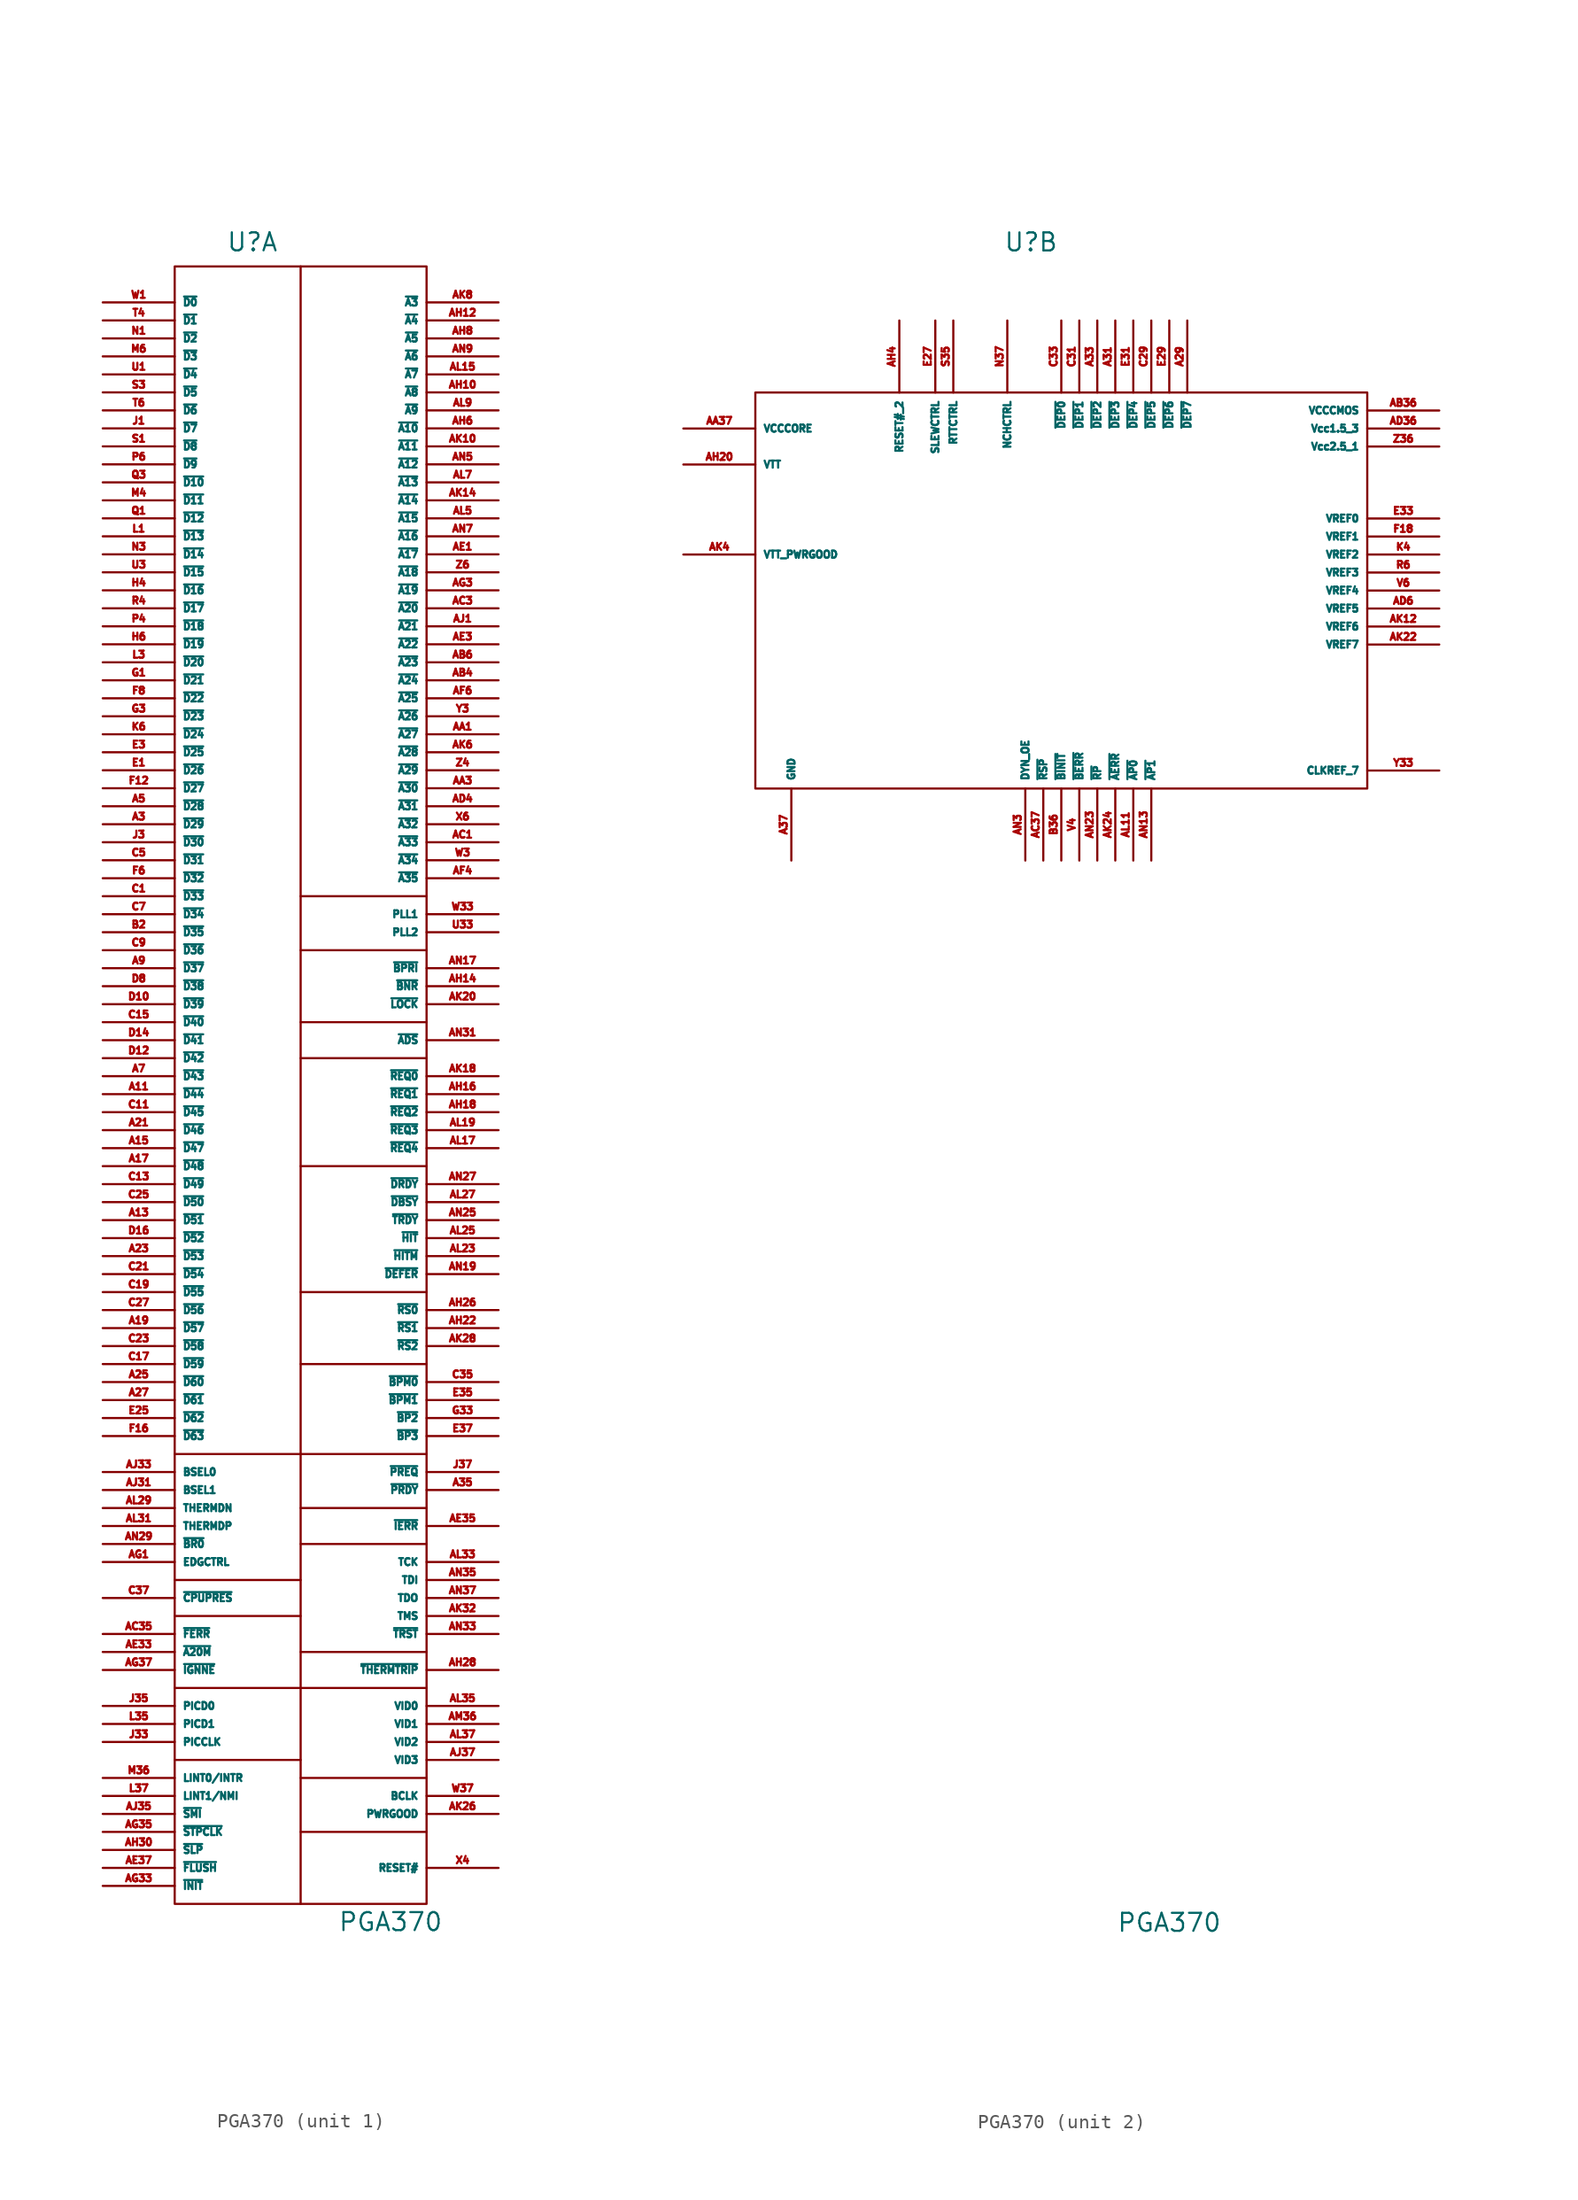
<source format=kicad_sym>
(kicad_symbol_lib
  (version 20220914)
  (generator kicad_symbol_editor)
  (symbol "PGA370"
    (property "Reference" "U"
      (at -3.407 65.217 0)
      (effects (font (size 1.27 1.27))))
    (property "Value" "PGA370"
      (at 6.35 -53.34 0)
      (effects (font (size 1.27 1.27))))
    (property "ki_locked" ""
      (at 0 0 0)
      (effects (font (size 1.27 1.27))))
    (symbol "PGA370_1_0"
      (pin bidirectional line (at -13.97 5.08 0) (length 5.08) (name "~{D44}" (effects (font (size 0.5 0.5)))) (number "A11" (effects (font (size 0.5 0.5)))))
      (pin bidirectional line (at -13.97 -3.81 0) (length 5.08) (name "~{D51}" (effects (font (size 0.5 0.5)))) (number "A13" (effects (font (size 0.5 0.5)))))
      (pin bidirectional line (at -13.97 1.27 0) (length 5.08) (name "~{D47}" (effects (font (size 0.5 0.5)))) (number "A15" (effects (font (size 0.5 0.5)))))
      (pin bidirectional line (at -13.97 0 0) (length 5.08) (name "~{D48}" (effects (font (size 0.5 0.5)))) (number "A17" (effects (font (size 0.5 0.5)))))
      (pin bidirectional line (at -13.97 -11.43 0) (length 5.08) (name "~{D57}" (effects (font (size 0.5 0.5)))) (number "A19" (effects (font (size 0.5 0.5)))))
      (pin bidirectional line (at -13.97 2.54 0) (length 5.08) (name "~{D46}" (effects (font (size 0.5 0.5)))) (number "A21" (effects (font (size 0.5 0.5)))))
      (pin bidirectional line (at -13.97 -6.35 0) (length 5.08) (name "~{D53}" (effects (font (size 0.5 0.5)))) (number "A23" (effects (font (size 0.5 0.5)))))
      (pin bidirectional line (at -13.97 -15.24 0) (length 5.08) (name "~{D60}" (effects (font (size 0.5 0.5)))) (number "A25" (effects (font (size 0.5 0.5)))))
      (pin bidirectional line (at -13.97 -16.51 0) (length 5.08) (name "~{D61}" (effects (font (size 0.5 0.5)))) (number "A27" (effects (font (size 0.5 0.5)))))
      (pin bidirectional line (at -13.97 24.13 0) (length 5.08) (name "~{D29}" (effects (font (size 0.5 0.5)))) (number "A3" (effects (font (size 0.5 0.5)))))
      (pin output line (at 13.97 -22.86 180) (length 5.08) (name "~{PRDY}" (effects (font (size 0.5 0.5)))) (number "A35" (effects (font (size 0.5 0.5)))))
      (pin bidirectional line (at -13.97 25.4 0) (length 5.08) (name "~{D28}" (effects (font (size 0.5 0.5)))) (number "A5" (effects (font (size 0.5 0.5)))))
      (pin bidirectional line (at -13.97 6.35 0) (length 5.08) (name "~{D43}" (effects (font (size 0.5 0.5)))) (number "A7" (effects (font (size 0.5 0.5)))))
      (pin bidirectional line (at -13.97 13.97 0) (length 5.08) (name "~{D37}" (effects (font (size 0.5 0.5)))) (number "A9" (effects (font (size 0.5 0.5)))))
      (pin bidirectional line (at 13.97 30.48 180) (length 5.08) (name "~{A27}" (effects (font (size 0.5 0.5)))) (number "AA1" (effects (font (size 0.5 0.5)))))
      (pin bidirectional line (at 13.97 26.67 180) (length 5.08) (name "~{A30}" (effects (font (size 0.5 0.5)))) (number "AA3" (effects (font (size 0.5 0.5)))))
      (pin bidirectional line (at 13.97 34.29 180) (length 5.08) (name "~{A24}" (effects (font (size 0.5 0.5)))) (number "AB4" (effects (font (size 0.5 0.5)))))
      (pin bidirectional line (at 13.97 35.56 180) (length 5.08) (name "~{A23}" (effects (font (size 0.5 0.5)))) (number "AB6" (effects (font (size 0.5 0.5)))))
      (pin bidirectional line (at 13.97 22.86 180) (length 5.08) (name "~{A33}" (effects (font (size 0.5 0.5)))) (number "AC1" (effects (font (size 0.5 0.5)))))
      (pin bidirectional line (at 13.97 39.37 180) (length 5.08) (name "~{A20}" (effects (font (size 0.5 0.5)))) (number "AC3" (effects (font (size 0.5 0.5)))))
      (pin output line (at -13.97 -33.02 0) (length 5.08) (name "~{FERR}" (effects (font (size 0.5 0.5)))) (number "AC35" (effects (font (size 0.5 0.5)))))
      (pin bidirectional line (at 13.97 25.4 180) (length 5.08) (name "~{A31}" (effects (font (size 0.5 0.5)))) (number "AD4" (effects (font (size 0.5 0.5)))))
      (pin bidirectional line (at 13.97 43.18 180) (length 5.08) (name "~{A17}" (effects (font (size 0.5 0.5)))) (number "AE1" (effects (font (size 0.5 0.5)))))
      (pin bidirectional line (at 13.97 36.83 180) (length 5.08) (name "~{A22}" (effects (font (size 0.5 0.5)))) (number "AE3" (effects (font (size 0.5 0.5)))))
      (pin unspecified line (at -13.97 -34.29 0) (length 5.08) (name "~{A20M}" (effects (font (size 0.5 0.5)))) (number "AE33" (effects (font (size 0.5 0.5)))))
      (pin output line (at 13.97 -25.4 180) (length 5.08) (name "~{IERR}" (effects (font (size 0.5 0.5)))) (number "AE35" (effects (font (size 0.5 0.5)))))
      (pin unspecified line (at -13.97 -49.53 0) (length 5.08) (name "~{FLUSH}" (effects (font (size 0.5 0.5)))) (number "AE37" (effects (font (size 0.5 0.5)))))
      (pin bidirectional line (at 13.97 20.32 180) (length 5.08) (name "~{A35}" (effects (font (size 0.5 0.5)))) (number "AF4" (effects (font (size 0.5 0.5)))))
      (pin bidirectional line (at 13.97 33.02 180) (length 5.08) (name "~{A25}" (effects (font (size 0.5 0.5)))) (number "AF6" (effects (font (size 0.5 0.5)))))
      (pin input line (at -13.97 -27.94 0) (length 5.08) (name "EDGCTRL" (effects (font (size 0.5 0.5)))) (number "AG1" (effects (font (size 0.5 0.5)))))
      (pin bidirectional line (at 13.97 40.64 180) (length 5.08) (name "~{A19}" (effects (font (size 0.5 0.5)))) (number "AG3" (effects (font (size 0.5 0.5)))))
      (pin unspecified line (at -13.97 -50.8 0) (length 5.08) (name "~{INIT}" (effects (font (size 0.5 0.5)))) (number "AG33" (effects (font (size 0.5 0.5)))))
      (pin unspecified line (at -13.97 -46.99 0) (length 5.08) (name "~{STPCLK}" (effects (font (size 0.5 0.5)))) (number "AG35" (effects (font (size 0.5 0.5)))))
      (pin unspecified line (at -13.97 -35.56 0) (length 5.08) (name "~{IGNNE}" (effects (font (size 0.5 0.5)))) (number "AG37" (effects (font (size 0.5 0.5)))))
      (pin bidirectional line (at 13.97 54.61 180) (length 5.08) (name "~{A8}" (effects (font (size 0.5 0.5)))) (number "AH10" (effects (font (size 0.5 0.5)))))
      (pin bidirectional line (at 13.97 59.69 180) (length 5.08) (name "~{A4}" (effects (font (size 0.5 0.5)))) (number "AH12" (effects (font (size 0.5 0.5)))))
      (pin bidirectional line (at 13.97 12.7 180) (length 5.08) (name "~{BNR}" (effects (font (size 0.5 0.5)))) (number "AH14" (effects (font (size 0.5 0.5)))))
      (pin bidirectional line (at 13.97 5.08 180) (length 5.08) (name "~{REQ1}" (effects (font (size 0.5 0.5)))) (number "AH16" (effects (font (size 0.5 0.5)))))
      (pin bidirectional line (at 13.97 3.81 180) (length 5.08) (name "~{REQ2}" (effects (font (size 0.5 0.5)))) (number "AH18" (effects (font (size 0.5 0.5)))))
      (pin unspecified line (at 13.97 -11.43 180) (length 5.08) (name "~{RS1}" (effects (font (size 0.5 0.5)))) (number "AH22" (effects (font (size 0.5 0.5)))))
      (pin unspecified line (at 13.97 -10.16 180) (length 5.08) (name "~{RS0}" (effects (font (size 0.5 0.5)))) (number "AH26" (effects (font (size 0.5 0.5)))))
      (pin output line (at 13.97 -35.56 180) (length 5.08) (name "~{THERMTRIP}" (effects (font (size 0.5 0.5)))) (number "AH28" (effects (font (size 0.5 0.5)))))
      (pin unspecified line (at -13.97 -48.26 0) (length 5.08) (name "~{SLP}" (effects (font (size 0.5 0.5)))) (number "AH30" (effects (font (size 0.5 0.5)))))
      (pin bidirectional line (at 13.97 52.07 180) (length 5.08) (name "~{A10}" (effects (font (size 0.5 0.5)))) (number "AH6" (effects (font (size 0.5 0.5)))))
      (pin bidirectional line (at 13.97 58.42 180) (length 5.08) (name "~{A5}" (effects (font (size 0.5 0.5)))) (number "AH8" (effects (font (size 0.5 0.5)))))
      (pin bidirectional line (at 13.97 38.1 180) (length 5.08) (name "~{A21}" (effects (font (size 0.5 0.5)))) (number "AJ1" (effects (font (size 0.5 0.5)))))
      (pin unspecified line (at -13.97 -22.86 0) (length 5.08) (name "BSEL1" (effects (font (size 0.5 0.5)))) (number "AJ31" (effects (font (size 0.5 0.5)))))
      (pin unspecified line (at -13.97 -21.59 0) (length 5.08) (name "BSEL0" (effects (font (size 0.5 0.5)))) (number "AJ33" (effects (font (size 0.5 0.5)))))
      (pin unspecified line (at -13.97 -45.72 0) (length 5.08) (name "~{SMI}" (effects (font (size 0.5 0.5)))) (number "AJ35" (effects (font (size 0.5 0.5)))))
      (pin power_in line (at 13.97 -41.91 180) (length 5.08) (name "VID3" (effects (font (size 0.5 0.5)))) (number "AJ37" (effects (font (size 0.5 0.5)))))
      (pin bidirectional line (at 13.97 50.8 180) (length 5.08) (name "~{A11}" (effects (font (size 0.5 0.5)))) (number "AK10" (effects (font (size 0.5 0.5)))))
      (pin bidirectional line (at 13.97 46.99 180) (length 5.08) (name "~{A14}" (effects (font (size 0.5 0.5)))) (number "AK14" (effects (font (size 0.5 0.5)))))
      (pin bidirectional line (at 13.97 6.35 180) (length 5.08) (name "~{REQ0}" (effects (font (size 0.5 0.5)))) (number "AK18" (effects (font (size 0.5 0.5)))))
      (pin bidirectional line (at 13.97 11.43 180) (length 5.08) (name "~{LOCK}" (effects (font (size 0.5 0.5)))) (number "AK20" (effects (font (size 0.5 0.5)))))
      (pin unspecified line (at 13.97 -45.72 180) (length 5.08) (name "PWRGOOD" (effects (font (size 0.5 0.5)))) (number "AK26" (effects (font (size 0.5 0.5)))))
      (pin unspecified line (at 13.97 -12.7 180) (length 5.08) (name "~{RS2}" (effects (font (size 0.5 0.5)))) (number "AK28" (effects (font (size 0.5 0.5)))))
      (pin input line (at 13.97 -31.75 180) (length 5.08) (name "TMS" (effects (font (size 0.5 0.5)))) (number "AK32" (effects (font (size 0.5 0.5)))))
      (pin bidirectional line (at 13.97 29.21 180) (length 5.08) (name "~{A28}" (effects (font (size 0.5 0.5)))) (number "AK6" (effects (font (size 0.5 0.5)))))
      (pin bidirectional line (at 13.97 60.96 180) (length 5.08) (name "~{A3}" (effects (font (size 0.5 0.5)))) (number "AK8" (effects (font (size 0.5 0.5)))))
      (pin bidirectional line (at 13.97 55.88 180) (length 5.08) (name "~{A7}" (effects (font (size 0.5 0.5)))) (number "AL15" (effects (font (size 0.5 0.5)))))
      (pin bidirectional line (at 13.97 1.27 180) (length 5.08) (name "~{REQ4}" (effects (font (size 0.5 0.5)))) (number "AL17" (effects (font (size 0.5 0.5)))))
      (pin bidirectional line (at 13.97 2.54 180) (length 5.08) (name "~{REQ3}" (effects (font (size 0.5 0.5)))) (number "AL19" (effects (font (size 0.5 0.5)))))
      (pin bidirectional line (at 13.97 -6.35 180) (length 5.08) (name "~{HITM}" (effects (font (size 0.5 0.5)))) (number "AL23" (effects (font (size 0.5 0.5)))))
      (pin bidirectional line (at 13.97 -5.08 180) (length 5.08) (name "~{HIT}" (effects (font (size 0.5 0.5)))) (number "AL25" (effects (font (size 0.5 0.5)))))
      (pin bidirectional line (at 13.97 -2.54 180) (length 5.08) (name "~{DBSY}" (effects (font (size 0.5 0.5)))) (number "AL27" (effects (font (size 0.5 0.5)))))
      (pin unspecified line (at -13.97 -24.13 0) (length 5.08) (name "THERMDN" (effects (font (size 0.5 0.5)))) (number "AL29" (effects (font (size 0.5 0.5)))))
      (pin unspecified line (at -13.97 -25.4 0) (length 5.08) (name "THERMDP" (effects (font (size 0.5 0.5)))) (number "AL31" (effects (font (size 0.5 0.5)))))
      (pin input line (at 13.97 -27.94 180) (length 5.08) (name "TCK" (effects (font (size 0.5 0.5)))) (number "AL33" (effects (font (size 0.5 0.5)))))
      (pin power_in line (at 13.97 -38.1 180) (length 5.08) (name "VID0" (effects (font (size 0.5 0.5)))) (number "AL35" (effects (font (size 0.5 0.5)))))
      (pin power_in line (at 13.97 -40.64 180) (length 5.08) (name "VID2" (effects (font (size 0.5 0.5)))) (number "AL37" (effects (font (size 0.5 0.5)))))
      (pin bidirectional line (at 13.97 45.72 180) (length 5.08) (name "~{A15}" (effects (font (size 0.5 0.5)))) (number "AL5" (effects (font (size 0.5 0.5)))))
      (pin bidirectional line (at 13.97 48.26 180) (length 5.08) (name "~{A13}" (effects (font (size 0.5 0.5)))) (number "AL7" (effects (font (size 0.5 0.5)))))
      (pin bidirectional line (at 13.97 53.34 180) (length 5.08) (name "~{A9}" (effects (font (size 0.5 0.5)))) (number "AL9" (effects (font (size 0.5 0.5)))))
      (pin power_in line (at 13.97 -39.37 180) (length 5.08) (name "VID1" (effects (font (size 0.5 0.5)))) (number "AM36" (effects (font (size 0.5 0.5)))))
      (pin unspecified line (at 13.97 13.97 180) (length 5.08) (name "~{BPRI}" (effects (font (size 0.5 0.5)))) (number "AN17" (effects (font (size 0.5 0.5)))))
      (pin unspecified line (at 13.97 -7.62 180) (length 5.08) (name "~{DEFER}" (effects (font (size 0.5 0.5)))) (number "AN19" (effects (font (size 0.5 0.5)))))
      (pin unspecified line (at 13.97 -3.81 180) (length 5.08) (name "~{TRDY}" (effects (font (size 0.5 0.5)))) (number "AN25" (effects (font (size 0.5 0.5)))))
      (pin bidirectional line (at 13.97 -1.27 180) (length 5.08) (name "~{DRDY}" (effects (font (size 0.5 0.5)))) (number "AN27" (effects (font (size 0.5 0.5)))))
      (pin unspecified line (at -13.97 -26.67 0) (length 5.08) (name "~{BR0}" (effects (font (size 0.5 0.5)))) (number "AN29" (effects (font (size 0.5 0.5)))))
      (pin bidirectional line (at 13.97 8.89 180) (length 5.08) (name "~{ADS}" (effects (font (size 0.5 0.5)))) (number "AN31" (effects (font (size 0.5 0.5)))))
      (pin unspecified line (at 13.97 -33.02 180) (length 5.08) (name "~{TRST}" (effects (font (size 0.5 0.5)))) (number "AN33" (effects (font (size 0.5 0.5)))))
      (pin input line (at 13.97 -29.21 180) (length 5.08) (name "TDI" (effects (font (size 0.5 0.5)))) (number "AN35" (effects (font (size 0.5 0.5)))))
      (pin output line (at 13.97 -30.48 180) (length 5.08) (name "TDO" (effects (font (size 0.5 0.5)))) (number "AN37" (effects (font (size 0.5 0.5)))))
      (pin bidirectional line (at 13.97 49.53 180) (length 5.08) (name "~{A12}" (effects (font (size 0.5 0.5)))) (number "AN5" (effects (font (size 0.5 0.5)))))
      (pin bidirectional line (at 13.97 44.45 180) (length 5.08) (name "~{A16}" (effects (font (size 0.5 0.5)))) (number "AN7" (effects (font (size 0.5 0.5)))))
      (pin bidirectional line (at 13.97 57.15 180) (length 5.08) (name "~{A6}" (effects (font (size 0.5 0.5)))) (number "AN9" (effects (font (size 0.5 0.5)))))
      (pin bidirectional line (at -13.97 16.51 0) (length 5.08) (name "~{D35}" (effects (font (size 0.5 0.5)))) (number "B2" (effects (font (size 0.5 0.5)))))
      (pin bidirectional line (at -13.97 19.05 0) (length 5.08) (name "~{D33}" (effects (font (size 0.5 0.5)))) (number "C1" (effects (font (size 0.5 0.5)))))
      (pin bidirectional line (at -13.97 3.81 0) (length 5.08) (name "~{D45}" (effects (font (size 0.5 0.5)))) (number "C11" (effects (font (size 0.5 0.5)))))
      (pin bidirectional line (at -13.97 -1.27 0) (length 5.08) (name "~{D49}" (effects (font (size 0.5 0.5)))) (number "C13" (effects (font (size 0.5 0.5)))))
      (pin bidirectional line (at -13.97 10.16 0) (length 5.08) (name "~{D40}" (effects (font (size 0.5 0.5)))) (number "C15" (effects (font (size 0.5 0.5)))))
      (pin bidirectional line (at -13.97 -13.97 0) (length 5.08) (name "~{D59}" (effects (font (size 0.5 0.5)))) (number "C17" (effects (font (size 0.5 0.5)))))
      (pin bidirectional line (at -13.97 -8.89 0) (length 5.08) (name "~{D55}" (effects (font (size 0.5 0.5)))) (number "C19" (effects (font (size 0.5 0.5)))))
      (pin bidirectional line (at -13.97 -7.62 0) (length 5.08) (name "~{D54}" (effects (font (size 0.5 0.5)))) (number "C21" (effects (font (size 0.5 0.5)))))
      (pin bidirectional line (at -13.97 -12.7 0) (length 5.08) (name "~{D58}" (effects (font (size 0.5 0.5)))) (number "C23" (effects (font (size 0.5 0.5)))))
      (pin bidirectional line (at -13.97 -2.54 0) (length 5.08) (name "~{D50}" (effects (font (size 0.5 0.5)))) (number "C25" (effects (font (size 0.5 0.5)))))
      (pin bidirectional line (at -13.97 -10.16 0) (length 5.08) (name "~{D56}" (effects (font (size 0.5 0.5)))) (number "C27" (effects (font (size 0.5 0.5)))))
      (pin bidirectional line (at 13.97 -15.24 180) (length 5.08) (name "~{BPM0}" (effects (font (size 0.5 0.5)))) (number "C35" (effects (font (size 0.5 0.5)))))
      (pin input line (at -13.97 -30.48 0) (length 5.08) (name "~{CPUPRES}" (effects (font (size 0.5 0.5)))) (number "C37" (effects (font (size 0.5 0.5)))))
      (pin bidirectional line (at -13.97 21.59 0) (length 5.08) (name "~{D31}" (effects (font (size 0.5 0.5)))) (number "C5" (effects (font (size 0.5 0.5)))))
      (pin bidirectional line (at -13.97 17.78 0) (length 5.08) (name "~{D34}" (effects (font (size 0.5 0.5)))) (number "C7" (effects (font (size 0.5 0.5)))))
      (pin bidirectional line (at -13.97 15.24 0) (length 5.08) (name "~{D36}" (effects (font (size 0.5 0.5)))) (number "C9" (effects (font (size 0.5 0.5)))))
      (pin bidirectional line (at -13.97 11.43 0) (length 5.08) (name "~{D39}" (effects (font (size 0.5 0.5)))) (number "D10" (effects (font (size 0.5 0.5)))))
      (pin bidirectional line (at -13.97 7.62 0) (length 5.08) (name "~{D42}" (effects (font (size 0.5 0.5)))) (number "D12" (effects (font (size 0.5 0.5)))))
      (pin bidirectional line (at -13.97 8.89 0) (length 5.08) (name "~{D41}" (effects (font (size 0.5 0.5)))) (number "D14" (effects (font (size 0.5 0.5)))))
      (pin bidirectional line (at -13.97 -5.08 0) (length 5.08) (name "~{D52}" (effects (font (size 0.5 0.5)))) (number "D16" (effects (font (size 0.5 0.5)))))
      (pin bidirectional line (at -13.97 12.7 0) (length 5.08) (name "~{D38}" (effects (font (size 0.5 0.5)))) (number "D8" (effects (font (size 0.5 0.5)))))
      (pin bidirectional line (at -13.97 27.94 0) (length 5.08) (name "~{D26}" (effects (font (size 0.5 0.5)))) (number "E1" (effects (font (size 0.5 0.5)))))
      (pin bidirectional line (at -13.97 -17.78 0) (length 5.08) (name "~{D62}" (effects (font (size 0.5 0.5)))) (number "E25" (effects (font (size 0.5 0.5)))))
      (pin bidirectional line (at -13.97 29.21 0) (length 5.08) (name "~{D25}" (effects (font (size 0.5 0.5)))) (number "E3" (effects (font (size 0.5 0.5)))))
      (pin bidirectional line (at 13.97 -16.51 180) (length 5.08) (name "~{BPM1}" (effects (font (size 0.5 0.5)))) (number "E35" (effects (font (size 0.5 0.5)))))
      (pin bidirectional line (at 13.97 -19.05 180) (length 5.08) (name "~{BP3}" (effects (font (size 0.5 0.5)))) (number "E37" (effects (font (size 0.5 0.5)))))
      (pin bidirectional line (at -13.97 26.67 0) (length 5.08) (name "~{D27}" (effects (font (size 0.5 0.5)))) (number "F12" (effects (font (size 0.5 0.5)))))
      (pin bidirectional line (at -13.97 -19.05 0) (length 5.08) (name "~{D63}" (effects (font (size 0.5 0.5)))) (number "F16" (effects (font (size 0.5 0.5)))))
      (pin bidirectional line (at -13.97 20.32 0) (length 5.08) (name "~{D32}" (effects (font (size 0.5 0.5)))) (number "F6" (effects (font (size 0.5 0.5)))))
      (pin bidirectional line (at -13.97 33.02 0) (length 5.08) (name "~{D22}" (effects (font (size 0.5 0.5)))) (number "F8" (effects (font (size 0.5 0.5)))))
      (pin bidirectional line (at -13.97 34.29 0) (length 5.08) (name "~{D21}" (effects (font (size 0.5 0.5)))) (number "G1" (effects (font (size 0.5 0.5)))))
      (pin bidirectional line (at -13.97 31.75 0) (length 5.08) (name "~{D23}" (effects (font (size 0.5 0.5)))) (number "G3" (effects (font (size 0.5 0.5)))))
      (pin bidirectional line (at 13.97 -17.78 180) (length 5.08) (name "~{BP2}" (effects (font (size 0.5 0.5)))) (number "G33" (effects (font (size 0.5 0.5)))))
      (pin bidirectional line (at -13.97 40.64 0) (length 5.08) (name "~{D16}" (effects (font (size 0.5 0.5)))) (number "H4" (effects (font (size 0.5 0.5)))))
      (pin bidirectional line (at -13.97 36.83 0) (length 5.08) (name "~{D19}" (effects (font (size 0.5 0.5)))) (number "H6" (effects (font (size 0.5 0.5)))))
      (pin bidirectional line (at -13.97 52.07 0) (length 5.08) (name "~{D7}" (effects (font (size 0.5 0.5)))) (number "J1" (effects (font (size 0.5 0.5)))))
      (pin bidirectional line (at -13.97 22.86 0) (length 5.08) (name "~{D30}" (effects (font (size 0.5 0.5)))) (number "J3" (effects (font (size 0.5 0.5)))))
      (pin unspecified line (at -13.97 -40.64 0) (length 5.08) (name "PICCLK" (effects (font (size 0.5 0.5)))) (number "J33" (effects (font (size 0.5 0.5)))))
      (pin bidirectional line (at -13.97 -38.1 0) (length 5.08) (name "PICD0" (effects (font (size 0.5 0.5)))) (number "J35" (effects (font (size 0.5 0.5)))))
      (pin input line (at 13.97 -21.59 180) (length 5.08) (name "~{PREQ}" (effects (font (size 0.5 0.5)))) (number "J37" (effects (font (size 0.5 0.5)))))
      (pin bidirectional line (at -13.97 30.48 0) (length 5.08) (name "~{D24}" (effects (font (size 0.5 0.5)))) (number "K6" (effects (font (size 0.5 0.5)))))
      (pin bidirectional line (at -13.97 44.45 0) (length 5.08) (name "~{D13}" (effects (font (size 0.5 0.5)))) (number "L1" (effects (font (size 0.5 0.5)))))
      (pin bidirectional line (at -13.97 35.56 0) (length 5.08) (name "~{D20}" (effects (font (size 0.5 0.5)))) (number "L3" (effects (font (size 0.5 0.5)))))
      (pin bidirectional line (at -13.97 -39.37 0) (length 5.08) (name "PICD1" (effects (font (size 0.5 0.5)))) (number "L35" (effects (font (size 0.5 0.5)))))
      (pin unspecified line (at -13.97 -44.45 0) (length 5.08) (name "LINT1/NMI" (effects (font (size 0.5 0.5)))) (number "L37" (effects (font (size 0.5 0.5)))))
      (pin unspecified line (at -13.97 -43.18 0) (length 5.08) (name "LINT0/INTR" (effects (font (size 0.5 0.5)))) (number "M36" (effects (font (size 0.5 0.5)))))
      (pin bidirectional line (at -13.97 46.99 0) (length 5.08) (name "~{D11}" (effects (font (size 0.5 0.5)))) (number "M4" (effects (font (size 0.5 0.5)))))
      (pin bidirectional line (at -13.97 57.15 0) (length 5.08) (name "~{D3}" (effects (font (size 0.5 0.5)))) (number "M6" (effects (font (size 0.5 0.5)))))
      (pin bidirectional line (at -13.97 58.42 0) (length 5.08) (name "~{D2}" (effects (font (size 0.5 0.5)))) (number "N1" (effects (font (size 0.5 0.5)))))
      (pin bidirectional line (at -13.97 43.18 0) (length 5.08) (name "~{D14}" (effects (font (size 0.5 0.5)))) (number "N3" (effects (font (size 0.5 0.5)))))
      (pin bidirectional line (at -13.97 38.1 0) (length 5.08) (name "~{D18}" (effects (font (size 0.5 0.5)))) (number "P4" (effects (font (size 0.5 0.5)))))
      (pin bidirectional line (at -13.97 49.53 0) (length 5.08) (name "~{D9}" (effects (font (size 0.5 0.5)))) (number "P6" (effects (font (size 0.5 0.5)))))
      (pin bidirectional line (at -13.97 45.72 0) (length 5.08) (name "~{D12}" (effects (font (size 0.5 0.5)))) (number "Q1" (effects (font (size 0.5 0.5)))))
      (pin bidirectional line (at -13.97 48.26 0) (length 5.08) (name "~{D10}" (effects (font (size 0.5 0.5)))) (number "Q3" (effects (font (size 0.5 0.5)))))
      (pin bidirectional line (at -13.97 39.37 0) (length 5.08) (name "~{D17}" (effects (font (size 0.5 0.5)))) (number "R4" (effects (font (size 0.5 0.5)))))
      (pin bidirectional line (at -13.97 50.8 0) (length 5.08) (name "~{D8}" (effects (font (size 0.5 0.5)))) (number "S1" (effects (font (size 0.5 0.5)))))
      (pin bidirectional line (at -13.97 54.61 0) (length 5.08) (name "~{D5}" (effects (font (size 0.5 0.5)))) (number "S3" (effects (font (size 0.5 0.5)))))
      (pin bidirectional line (at -13.97 59.69 0) (length 5.08) (name "~{D1}" (effects (font (size 0.5 0.5)))) (number "T4" (effects (font (size 0.5 0.5)))))
      (pin bidirectional line (at -13.97 53.34 0) (length 5.08) (name "~{D6}" (effects (font (size 0.5 0.5)))) (number "T6" (effects (font (size 0.5 0.5)))))
      (pin bidirectional line (at -13.97 55.88 0) (length 5.08) (name "~{D4}" (effects (font (size 0.5 0.5)))) (number "U1" (effects (font (size 0.5 0.5)))))
      (pin bidirectional line (at -13.97 41.91 0) (length 5.08) (name "~{D15}" (effects (font (size 0.5 0.5)))) (number "U3" (effects (font (size 0.5 0.5)))))
      (pin unspecified line (at 13.97 16.51 180) (length 5.08) (name "PLL2" (effects (font (size 0.5 0.5)))) (number "U33" (effects (font (size 0.5 0.5)))))
      (pin bidirectional line (at -13.97 60.96 0) (length 5.08) (name "~{D0}" (effects (font (size 0.5 0.5)))) (number "W1" (effects (font (size 0.5 0.5)))))
      (pin bidirectional line (at 13.97 21.59 180) (length 5.08) (name "~{A34}" (effects (font (size 0.5 0.5)))) (number "W3" (effects (font (size 0.5 0.5)))))
      (pin unspecified line (at 13.97 17.78 180) (length 5.08) (name "PLL1" (effects (font (size 0.5 0.5)))) (number "W33" (effects (font (size 0.5 0.5)))))
      (pin unspecified line (at 13.97 -44.45 180) (length 5.08) (name "BCLK" (effects (font (size 0.5 0.5)))) (number "W37" (effects (font (size 0.5 0.5)))))
      (pin bidirectional line (at 13.97 -49.53 180) (length 5.08) (name "RESET#" (effects (font (size 0.5 0.5)))) (number "X4" (effects (font (size 0.5 0.5)))))
      (pin bidirectional line (at 13.97 24.13 180) (length 5.08) (name "~{A32}" (effects (font (size 0.5 0.5)))) (number "X6" (effects (font (size 0.5 0.5)))))
      (pin bidirectional line (at 13.97 31.75 180) (length 5.08) (name "~{A26}" (effects (font (size 0.5 0.5)))) (number "Y3" (effects (font (size 0.5 0.5)))))
      (pin bidirectional line (at 13.97 27.94 180) (length 5.08) (name "~{A29}" (effects (font (size 0.5 0.5)))) (number "Z4" (effects (font (size 0.5 0.5)))))
      (pin bidirectional line (at 13.97 41.91 180) (length 5.08) (name "~{A18}" (effects (font (size 0.5 0.5)))) (number "Z6" (effects (font (size 0.5 0.5))))))
    (symbol "PGA370_1_1"
      (rectangle (start -8.89 63.5) (end 8.89 -52.07) (stroke (width 0) (type default)) (fill (type none)))
      (polyline (pts (xy -8.89 -41.91) (xy 0 -41.91)) (stroke (width 0) (type default)) (fill (type none)))
      (polyline (pts (xy -8.89 -36.83) (xy 0 -36.83)) (stroke (width 0) (type default)) (fill (type none)))
      (polyline (pts (xy -8.89 -31.75) (xy 0 -31.75)) (stroke (width 0) (type default)) (fill (type none)))
      (polyline (pts (xy -8.89 -29.21) (xy 0 -29.21)) (stroke (width 0) (type default)) (fill (type none)))
      (polyline (pts (xy -8.89 -20.32) (xy 0 -20.32)) (stroke (width 0) (type default)) (fill (type none)))
      (polyline (pts (xy 0 -46.99) (xy 8.89 -46.99)) (stroke (width 0) (type default)) (fill (type none)))
      (polyline (pts (xy 0 -43.18) (xy 8.89 -43.18)) (stroke (width 0) (type default)) (fill (type none)))
      (polyline (pts (xy 0 -34.29) (xy 8.89 -34.29)) (stroke (width 0) (type default)) (fill (type none)))
      (polyline (pts (xy 0 -24.13) (xy 8.89 -24.13)) (stroke (width 0) (type default)) (fill (type none)))
      (polyline (pts (xy 0 63.5) (xy 0 -52.07)) (stroke (width 0) (type default)) (fill (type none)))
      (polyline (pts (xy 8.89 -36.83) (xy 0 -36.83)) (stroke (width 0) (type default)) (fill (type none)))
      (polyline (pts (xy 8.89 -26.67) (xy 0 -26.67)) (stroke (width 0) (type default)) (fill (type none)))
      (polyline (pts (xy 8.89 -20.32) (xy 0 -20.32)) (stroke (width 0) (type default)) (fill (type none)))
      (polyline (pts (xy 8.89 -13.97) (xy 0 -13.97)) (stroke (width 0) (type default)) (fill (type none)))
      (polyline (pts (xy 8.89 -8.89) (xy 0 -8.89)) (stroke (width 0) (type default)) (fill (type none)))
      (polyline (pts (xy 8.89 0) (xy 0 0)) (stroke (width 0) (type default)) (fill (type none)))
      (polyline (pts (xy 8.89 7.62) (xy 0 7.62)) (stroke (width 0) (type default)) (fill (type none)))
      (polyline (pts (xy 8.89 10.16) (xy 0 10.16)) (stroke (width 0) (type default)) (fill (type none)))
      (polyline (pts (xy 8.89 15.24) (xy 0 15.24)) (stroke (width 0) (type default)) (fill (type none)))
      (polyline (pts (xy 8.89 19.05) (xy 0 19.05)) (stroke (width 0) (type default)) (fill (type none))))
    (symbol "PGA370_2_0"
      (pin bidirectional line (at 7.62 59.69 270) (length 5.08) (name "~{DEP7}" (effects (font (size 0.5 0.5)))) (number "A29" (effects (font (size 0.5 0.5)))))
      (pin bidirectional line (at 2.54 59.69 270) (length 5.08) (name "~{DEP3}" (effects (font (size 0.5 0.5)))) (number "A31" (effects (font (size 0.5 0.5)))))
      (pin bidirectional line (at 1.27 59.69 270) (length 5.08) (name "~{DEP2}" (effects (font (size 0.5 0.5)))) (number "A33" (effects (font (size 0.5 0.5)))))
      (pin power_in line (at -20.32 21.59 90) (length 5.08) (name "GND" (effects (font (size 0.5 0.5)))) (number "A37" (effects (font (size 0.5 0.5)))))
      (pin power_in line (at -27.94 49.53 0) (length 5.08) hide (name "VTT" (effects (font (size 0.5 0.5)))) (number "AA33" (effects (font (size 0.5 0.5)))))
      (pin power_in line (at -27.94 49.53 0) (length 5.08) hide (name "VTT" (effects (font (size 0.5 0.5)))) (number "AA35" (effects (font (size 0.5 0.5)))))
      (pin power_in line (at -27.94 52.07 0) (length 5.08) (name "VCCCORE" (effects (font (size 0.5 0.5)))) (number "AA37" (effects (font (size 0.5 0.5)))))
      (pin power_in line (at -27.94 52.07 0) (length 5.08) hide (name "VCORE" (effects (font (size 0.5 0.5)))) (number "AA5" (effects (font (size 0.5 0.5)))))
      (pin power_in line (at -27.94 52.07 0) (length 5.08) hide (name "VCORE" (effects (font (size 0.5 0.5)))) (number "AB2" (effects (font (size 0.5 0.5)))))
      (pin power_in line (at -20.32 21.59 90) (length 5.08) hide (name "GND" (effects (font (size 0.5 0.5)))) (number "AB32" (effects (font (size 0.5 0.5)))))
      (pin power_in line (at -27.94 52.07 0) (length 5.08) hide (name "VCORE" (effects (font (size 0.5 0.5)))) (number "AB34" (effects (font (size 0.5 0.5)))))
      (pin power_in line (at 25.4 53.34 180) (length 5.08) (name "VCCCMOS" (effects (font (size 0.5 0.5)))) (number "AB36" (effects (font (size 0.5 0.5)))))
      (pin power_in line (at -20.32 21.59 90) (length 5.08) hide (name "GND" (effects (font (size 0.5 0.5)))) (number "AC33" (effects (font (size 0.5 0.5)))))
      (pin input line (at -2.54 21.59 90) (length 5.08) (name "~{RSP}" (effects (font (size 0.5 0.5)))) (number "AC37" (effects (font (size 0.5 0.5)))))
      (pin power_in line (at -20.32 21.59 90) (length 5.08) hide (name "GND" (effects (font (size 0.5 0.5)))) (number "AC5" (effects (font (size 0.5 0.5)))))
      (pin power_in line (at -20.32 21.59 90) (length 5.08) hide (name "GND" (effects (font (size 0.5 0.5)))) (number "AD2" (effects (font (size 0.5 0.5)))))
      (pin power_in line (at -27.94 52.07 0) (length 5.08) hide (name "VCORE" (effects (font (size 0.5 0.5)))) (number "AD32" (effects (font (size 0.5 0.5)))))
      (pin power_in line (at -20.32 21.59 90) (length 5.08) hide (name "GND" (effects (font (size 0.5 0.5)))) (number "AD34" (effects (font (size 0.5 0.5)))))
      (pin power_in line (at 25.4 52.07 180) (length 5.08) (name "Vcc1.5_3" (effects (font (size 0.5 0.5)))) (number "AD36" (effects (font (size 0.5 0.5)))))
      (pin unspecified line (at 25.4 39.37 180) (length 5.08) (name "VREF5" (effects (font (size 0.5 0.5)))) (number "AD6" (effects (font (size 0.5 0.5)))))
      (pin power_in line (at -27.94 52.07 0) (length 5.08) hide (name "VCORE" (effects (font (size 0.5 0.5)))) (number "AE5" (effects (font (size 0.5 0.5)))))
      (pin power_in line (at -27.94 52.07 0) (length 5.08) hide (name "VCORE" (effects (font (size 0.5 0.5)))) (number "AF2" (effects (font (size 0.5 0.5)))))
      (pin power_in line (at -20.32 21.59 90) (length 5.08) hide (name "GND" (effects (font (size 0.5 0.5)))) (number "AF32" (effects (font (size 0.5 0.5)))))
      (pin power_in line (at -27.94 52.07 0) (length 5.08) hide (name "VCORE" (effects (font (size 0.5 0.5)))) (number "AF34" (effects (font (size 0.5 0.5)))))
      (pin power_in line (at -20.32 21.59 90) (length 5.08) hide (name "GND" (effects (font (size 0.5 0.5)))) (number "AG5" (effects (font (size 0.5 0.5)))))
      (pin power_in line (at -20.32 21.59 90) (length 5.08) hide (name "GND" (effects (font (size 0.5 0.5)))) (number "AH2" (effects (font (size 0.5 0.5)))))
      (pin power_in line (at -27.94 49.53 0) (length 5.08) (name "VTT" (effects (font (size 0.5 0.5)))) (number "AH20" (effects (font (size 0.5 0.5)))))
      (pin power_in line (at -27.94 52.07 0) (length 5.08) hide (name "VCORE" (effects (font (size 0.5 0.5)))) (number "AH24" (effects (font (size 0.5 0.5)))))
      (pin power_in line (at -27.94 52.07 0) (length 5.08) hide (name "VCORE" (effects (font (size 0.5 0.5)))) (number "AH32" (effects (font (size 0.5 0.5)))))
      (pin power_in line (at -20.32 21.59 90) (length 5.08) hide (name "GND" (effects (font (size 0.5 0.5)))) (number "AH34" (effects (font (size 0.5 0.5)))))
      (pin power_in line (at -27.94 52.07 0) (length 5.08) hide (name "VCORE" (effects (font (size 0.5 0.5)))) (number "AH36" (effects (font (size 0.5 0.5)))))
      (pin input line (at -12.7 59.69 270) (length 5.08) (name "RESET#_2" (effects (font (size 0.5 0.5)))) (number "AH4" (effects (font (size 0.5 0.5)))))
      (pin power_in line (at -20.32 21.59 90) (length 5.08) hide (name "GND" (effects (font (size 0.5 0.5)))) (number "AJ11" (effects (font (size 0.5 0.5)))))
      (pin power_in line (at -27.94 52.07 0) (length 5.08) hide (name "VCORE" (effects (font (size 0.5 0.5)))) (number "AJ13" (effects (font (size 0.5 0.5)))))
      (pin power_in line (at -20.32 21.59 90) (length 5.08) hide (name "GND" (effects (font (size 0.5 0.5)))) (number "AJ15" (effects (font (size 0.5 0.5)))))
      (pin power_in line (at -27.94 52.07 0) (length 5.08) hide (name "VCORE" (effects (font (size 0.5 0.5)))) (number "AJ17" (effects (font (size 0.5 0.5)))))
      (pin power_in line (at -20.32 21.59 90) (length 5.08) hide (name "GND" (effects (font (size 0.5 0.5)))) (number "AJ19" (effects (font (size 0.5 0.5)))))
      (pin power_in line (at -27.94 52.07 0) (length 5.08) hide (name "VCORE" (effects (font (size 0.5 0.5)))) (number "AJ21" (effects (font (size 0.5 0.5)))))
      (pin power_in line (at -20.32 21.59 90) (length 5.08) hide (name "GND" (effects (font (size 0.5 0.5)))) (number "AJ23" (effects (font (size 0.5 0.5)))))
      (pin power_in line (at -27.94 52.07 0) (length 5.08) hide (name "VCORE" (effects (font (size 0.5 0.5)))) (number "AJ25" (effects (font (size 0.5 0.5)))))
      (pin power_in line (at -20.32 21.59 90) (length 5.08) hide (name "GND" (effects (font (size 0.5 0.5)))) (number "AJ27" (effects (font (size 0.5 0.5)))))
      (pin power_in line (at -27.94 52.07 0) (length 5.08) hide (name "VCORE" (effects (font (size 0.5 0.5)))) (number "AJ29" (effects (font (size 0.5 0.5)))))
      (pin power_in line (at -27.94 52.07 0) (length 5.08) hide (name "VCORE" (effects (font (size 0.5 0.5)))) (number "AJ5" (effects (font (size 0.5 0.5)))))
      (pin power_in line (at -20.32 21.59 90) (length 5.08) hide (name "GND" (effects (font (size 0.5 0.5)))) (number "AJ7" (effects (font (size 0.5 0.5)))))
      (pin power_in line (at -27.94 52.07 0) (length 5.08) hide (name "VCORE" (effects (font (size 0.5 0.5)))) (number "AJ9" (effects (font (size 0.5 0.5)))))
      (pin unspecified line (at 25.4 38.1 180) (length 5.08) (name "VREF6" (effects (font (size 0.5 0.5)))) (number "AK12" (effects (font (size 0.5 0.5)))))
      (pin power_in line (at -27.94 49.53 0) (length 5.08) hide (name "VTT" (effects (font (size 0.5 0.5)))) (number "AK16" (effects (font (size 0.5 0.5)))))
      (pin power_in line (at -27.94 52.07 0) (length 5.08) hide (name "VCORE" (effects (font (size 0.5 0.5)))) (number "AK2" (effects (font (size 0.5 0.5)))))
      (pin unspecified line (at 25.4 36.83 180) (length 5.08) (name "VREF7" (effects (font (size 0.5 0.5)))) (number "AK22" (effects (font (size 0.5 0.5)))))
      (pin bidirectional line (at 2.54 21.59 90) (length 5.08) (name "~{AERR}" (effects (font (size 0.5 0.5)))) (number "AK24" (effects (font (size 0.5 0.5)))))
      (pin power_in line (at -27.94 52.07 0) (length 5.08) hide (name "VCORE" (effects (font (size 0.5 0.5)))) (number "AK34" (effects (font (size 0.5 0.5)))))
      (pin unspecified line (at -27.94 43.18 0) (length 5.08) (name "VTT_PWRGOOD" (effects (font (size 0.5 0.5)))) (number "AK4" (effects (font (size 0.5 0.5)))))
      (pin bidirectional line (at 3.81 21.59 90) (length 5.08) (name "~{AP0}" (effects (font (size 0.5 0.5)))) (number "AL11" (effects (font (size 0.5 0.5)))))
      (pin power_in line (at -27.94 49.53 0) (length 5.08) hide (name "VTT" (effects (font (size 0.5 0.5)))) (number "AL13" (effects (font (size 0.5 0.5)))))
      (pin power_in line (at -27.94 49.53 0) (length 5.08) hide (name "VTT" (effects (font (size 0.5 0.5)))) (number "AL21" (effects (font (size 0.5 0.5)))))
      (pin power_in line (at -20.32 21.59 90) (length 5.08) hide (name "GND" (effects (font (size 0.5 0.5)))) (number "AL3" (effects (font (size 0.5 0.5)))))
      (pin power_in line (at -20.32 21.59 90) (length 5.08) hide (name "GND" (effects (font (size 0.5 0.5)))) (number "AM10" (effects (font (size 0.5 0.5)))))
      (pin power_in line (at -27.94 52.07 0) (length 5.08) hide (name "VCORE" (effects (font (size 0.5 0.5)))) (number "AM12" (effects (font (size 0.5 0.5)))))
      (pin power_in line (at -20.32 21.59 90) (length 5.08) hide (name "GND" (effects (font (size 0.5 0.5)))) (number "AM14" (effects (font (size 0.5 0.5)))))
      (pin power_in line (at -27.94 52.07 0) (length 5.08) hide (name "VCORE" (effects (font (size 0.5 0.5)))) (number "AM16" (effects (font (size 0.5 0.5)))))
      (pin power_in line (at -20.32 21.59 90) (length 5.08) hide (name "GND" (effects (font (size 0.5 0.5)))) (number "AM18" (effects (font (size 0.5 0.5)))))
      (pin power_in line (at -27.94 52.07 0) (length 5.08) hide (name "VCORE" (effects (font (size 0.5 0.5)))) (number "AM20" (effects (font (size 0.5 0.5)))))
      (pin power_in line (at -20.32 21.59 90) (length 5.08) hide (name "GND" (effects (font (size 0.5 0.5)))) (number "AM22" (effects (font (size 0.5 0.5)))))
      (pin power_in line (at -27.94 52.07 0) (length 5.08) hide (name "VCORE" (effects (font (size 0.5 0.5)))) (number "AM24" (effects (font (size 0.5 0.5)))))
      (pin power_in line (at -20.32 21.59 90) (length 5.08) hide (name "GND" (effects (font (size 0.5 0.5)))) (number "AM26" (effects (font (size 0.5 0.5)))))
      (pin power_in line (at -27.94 52.07 0) (length 5.08) hide (name "VCORE" (effects (font (size 0.5 0.5)))) (number "AM28" (effects (font (size 0.5 0.5)))))
      (pin power_in line (at -20.32 21.59 90) (length 5.08) hide (name "GND" (effects (font (size 0.5 0.5)))) (number "AM30" (effects (font (size 0.5 0.5)))))
      (pin power_in line (at -27.94 52.07 0) (length 5.08) hide (name "VCORE" (effects (font (size 0.5 0.5)))) (number "AM32" (effects (font (size 0.5 0.5)))))
      (pin power_in line (at -20.32 21.59 90) (length 5.08) hide (name "GND" (effects (font (size 0.5 0.5)))) (number "AM34" (effects (font (size 0.5 0.5)))))
      (pin power_in line (at -27.94 52.07 0) (length 5.08) hide (name "VCORE" (effects (font (size 0.5 0.5)))) (number "AM4" (effects (font (size 0.5 0.5)))))
      (pin power_in line (at -20.32 21.59 90) (length 5.08) hide (name "GND" (effects (font (size 0.5 0.5)))) (number "AM6" (effects (font (size 0.5 0.5)))))
      (pin power_in line (at -27.94 52.07 0) (length 5.08) hide (name "VCORE" (effects (font (size 0.5 0.5)))) (number "AM8" (effects (font (size 0.5 0.5)))))
      (pin power_in line (at -27.94 49.53 0) (length 5.08) hide (name "VTT" (effects (font (size 0.5 0.5)))) (number "AN11" (effects (font (size 0.5 0.5)))))
      (pin bidirectional line (at 5.08 21.59 90) (length 5.08) (name "~{AP1}" (effects (font (size 0.5 0.5)))) (number "AN13" (effects (font (size 0.5 0.5)))))
      (pin power_in line (at -27.94 49.53 0) (length 5.08) hide (name "VTT" (effects (font (size 0.5 0.5)))) (number "AN15" (effects (font (size 0.5 0.5)))))
      (pin power_in line (at -27.94 49.53 0) (length 5.08) hide (name "VTT" (effects (font (size 0.5 0.5)))) (number "AN21" (effects (font (size 0.5 0.5)))))
      (pin bidirectional line (at 1.27 21.59 90) (length 5.08) (name "~{RP}" (effects (font (size 0.5 0.5)))) (number "AN23" (effects (font (size 0.5 0.5)))))
      (pin unspecified line (at -3.81 21.59 90) (length 5.08) (name "DYN_OE" (effects (font (size 0.5 0.5)))) (number "AN3" (effects (font (size 0.5 0.5)))))
      (pin power_in line (at -27.94 52.07 0) (length 5.08) hide (name "VCORE" (effects (font (size 0.5 0.5)))) (number "B10" (effects (font (size 0.5 0.5)))))
      (pin power_in line (at -20.32 21.59 90) (length 5.08) hide (name "GND" (effects (font (size 0.5 0.5)))) (number "B12" (effects (font (size 0.5 0.5)))))
      (pin power_in line (at -27.94 52.07 0) (length 5.08) hide (name "VCORE" (effects (font (size 0.5 0.5)))) (number "B14" (effects (font (size 0.5 0.5)))))
      (pin power_in line (at -20.32 21.59 90) (length 5.08) hide (name "GND" (effects (font (size 0.5 0.5)))) (number "B16" (effects (font (size 0.5 0.5)))))
      (pin power_in line (at -27.94 52.07 0) (length 5.08) hide (name "VCORE" (effects (font (size 0.5 0.5)))) (number "B18" (effects (font (size 0.5 0.5)))))
      (pin power_in line (at -20.32 21.59 90) (length 5.08) hide (name "GND" (effects (font (size 0.5 0.5)))) (number "B20" (effects (font (size 0.5 0.5)))))
      (pin power_in line (at -27.94 52.07 0) (length 5.08) hide (name "VCORE" (effects (font (size 0.5 0.5)))) (number "B22" (effects (font (size 0.5 0.5)))))
      (pin power_in line (at -20.32 21.59 90) (length 5.08) hide (name "GND" (effects (font (size 0.5 0.5)))) (number "B24" (effects (font (size 0.5 0.5)))))
      (pin power_in line (at -27.94 52.07 0) (length 5.08) hide (name "VCORE" (effects (font (size 0.5 0.5)))) (number "B26" (effects (font (size 0.5 0.5)))))
      (pin power_in line (at -20.32 21.59 90) (length 5.08) hide (name "GND" (effects (font (size 0.5 0.5)))) (number "B28" (effects (font (size 0.5 0.5)))))
      (pin power_in line (at -27.94 52.07 0) (length 5.08) hide (name "VCORE" (effects (font (size 0.5 0.5)))) (number "B30" (effects (font (size 0.5 0.5)))))
      (pin power_in line (at -20.32 21.59 90) (length 5.08) hide (name "GND" (effects (font (size 0.5 0.5)))) (number "B32" (effects (font (size 0.5 0.5)))))
      (pin power_in line (at -27.94 52.07 0) (length 5.08) hide (name "VCORE" (effects (font (size 0.5 0.5)))) (number "B34" (effects (font (size 0.5 0.5)))))
      (pin bidirectional line (at -1.27 21.59 90) (length 5.08) (name "~{BINIT}" (effects (font (size 0.5 0.5)))) (number "B36" (effects (font (size 0.5 0.5)))))
      (pin power_in line (at -20.32 21.59 90) (length 5.08) hide (name "GND" (effects (font (size 0.5 0.5)))) (number "B4" (effects (font (size 0.5 0.5)))))
      (pin power_in line (at -27.94 52.07 0) (length 5.08) hide (name "VCORE" (effects (font (size 0.5 0.5)))) (number "B6" (effects (font (size 0.5 0.5)))))
      (pin power_in line (at -20.32 21.59 90) (length 5.08) hide (name "GND" (effects (font (size 0.5 0.5)))) (number "B8" (effects (font (size 0.5 0.5)))))
      (pin bidirectional line (at 5.08 59.69 270) (length 5.08) (name "~{DEP5}" (effects (font (size 0.5 0.5)))) (number "C29" (effects (font (size 0.5 0.5)))))
      (pin power_in line (at -27.94 52.07 0) (length 5.08) hide (name "VCORE" (effects (font (size 0.5 0.5)))) (number "C3" (effects (font (size 0.5 0.5)))))
      (pin bidirectional line (at 0 59.69 270) (length 5.08) (name "~{DEP1}" (effects (font (size 0.5 0.5)))) (number "C31" (effects (font (size 0.5 0.5)))))
      (pin bidirectional line (at -1.27 59.69 270) (length 5.08) (name "~{DEP0}" (effects (font (size 0.5 0.5)))) (number "C33" (effects (font (size 0.5 0.5)))))
      (pin power_in line (at -20.32 21.59 90) (length 5.08) hide (name "GND" (effects (font (size 0.5 0.5)))) (number "D18" (effects (font (size 0.5 0.5)))))
      (pin power_in line (at -20.32 21.59 90) (length 5.08) hide (name "GND" (effects (font (size 0.5 0.5)))) (number "D2" (effects (font (size 0.5 0.5)))))
      (pin power_in line (at -27.94 52.07 0) (length 5.08) hide (name "VCORE" (effects (font (size 0.5 0.5)))) (number "D20" (effects (font (size 0.5 0.5)))))
      (pin power_in line (at -20.32 21.59 90) (length 5.08) hide (name "GND" (effects (font (size 0.5 0.5)))) (number "D22" (effects (font (size 0.5 0.5)))))
      (pin power_in line (at -27.94 52.07 0) (length 5.08) hide (name "VCORE" (effects (font (size 0.5 0.5)))) (number "D24" (effects (font (size 0.5 0.5)))))
      (pin power_in line (at -20.32 21.59 90) (length 5.08) hide (name "GND" (effects (font (size 0.5 0.5)))) (number "D26" (effects (font (size 0.5 0.5)))))
      (pin power_in line (at -27.94 52.07 0) (length 5.08) hide (name "VCORE" (effects (font (size 0.5 0.5)))) (number "D28" (effects (font (size 0.5 0.5)))))
      (pin power_in line (at -20.32 21.59 90) (length 5.08) hide (name "GND" (effects (font (size 0.5 0.5)))) (number "D30" (effects (font (size 0.5 0.5)))))
      (pin power_in line (at -27.94 52.07 0) (length 5.08) hide (name "VCORE" (effects (font (size 0.5 0.5)))) (number "D32" (effects (font (size 0.5 0.5)))))
      (pin power_in line (at -20.32 21.59 90) (length 5.08) hide (name "GND" (effects (font (size 0.5 0.5)))) (number "D34" (effects (font (size 0.5 0.5)))))
      (pin power_in line (at -27.94 52.07 0) (length 5.08) hide (name "VCORE" (effects (font (size 0.5 0.5)))) (number "D36" (effects (font (size 0.5 0.5)))))
      (pin power_in line (at -20.32 21.59 90) (length 5.08) hide (name "GND" (effects (font (size 0.5 0.5)))) (number "D4" (effects (font (size 0.5 0.5)))))
      (pin power_in line (at -27.94 52.07 0) (length 5.08) hide (name "VCORE" (effects (font (size 0.5 0.5)))) (number "D6" (effects (font (size 0.5 0.5)))))
      (pin power_in line (at -20.32 21.59 90) (length 5.08) hide (name "GND" (effects (font (size 0.5 0.5)))) (number "E11" (effects (font (size 0.5 0.5)))))
      (pin power_in line (at -27.94 52.07 0) (length 5.08) hide (name "VCORE" (effects (font (size 0.5 0.5)))) (number "E13" (effects (font (size 0.5 0.5)))))
      (pin power_in line (at -20.32 21.59 90) (length 5.08) hide (name "GND" (effects (font (size 0.5 0.5)))) (number "E15" (effects (font (size 0.5 0.5)))))
      (pin power_in line (at -27.94 52.07 0) (length 5.08) hide (name "VCORE" (effects (font (size 0.5 0.5)))) (number "E17" (effects (font (size 0.5 0.5)))))
      (pin power_in line (at -20.32 21.59 90) (length 5.08) hide (name "GND" (effects (font (size 0.5 0.5)))) (number "E19" (effects (font (size 0.5 0.5)))))
      (pin power_in line (at -27.94 49.53 0) (length 5.08) hide (name "VTT" (effects (font (size 0.5 0.5)))) (number "E23" (effects (font (size 0.5 0.5)))))
      (pin unspecified line (at -10.16 59.69 270) (length 5.08) (name "SLEWCTRL" (effects (font (size 0.5 0.5)))) (number "E27" (effects (font (size 0.5 0.5)))))
      (pin bidirectional line (at 6.35 59.69 270) (length 5.08) (name "~{DEP6}" (effects (font (size 0.5 0.5)))) (number "E29" (effects (font (size 0.5 0.5)))))
      (pin bidirectional line (at 3.81 59.69 270) (length 5.08) (name "~{DEP4}" (effects (font (size 0.5 0.5)))) (number "E31" (effects (font (size 0.5 0.5)))))
      (pin unspecified line (at 25.4 45.72 180) (length 5.08) (name "VREF0" (effects (font (size 0.5 0.5)))) (number "E33" (effects (font (size 0.5 0.5)))))
      (pin power_in line (at -27.94 52.07 0) (length 5.08) hide (name "VCORE" (effects (font (size 0.5 0.5)))) (number "E5" (effects (font (size 0.5 0.5)))))
      (pin power_in line (at -20.32 21.59 90) (length 5.08) hide (name "GND" (effects (font (size 0.5 0.5)))) (number "E7" (effects (font (size 0.5 0.5)))))
      (pin power_in line (at -27.94 52.07 0) (length 5.08) hide (name "VCORE" (effects (font (size 0.5 0.5)))) (number "E9" (effects (font (size 0.5 0.5)))))
      (pin power_in line (at -27.94 52.07 0) (length 5.08) hide (name "VCORE" (effects (font (size 0.5 0.5)))) (number "F14" (effects (font (size 0.5 0.5)))))
      (pin unspecified line (at 25.4 44.45 180) (length 5.08) (name "VREF1" (effects (font (size 0.5 0.5)))) (number "F18" (effects (font (size 0.5 0.5)))))
      (pin power_in line (at -27.94 52.07 0) (length 5.08) hide (name "VCORE" (effects (font (size 0.5 0.5)))) (number "F2" (effects (font (size 0.5 0.5)))))
      (pin power_in line (at -20.32 21.59 90) (length 5.08) hide (name "GND" (effects (font (size 0.5 0.5)))) (number "F20" (effects (font (size 0.5 0.5)))))
      (pin power_in line (at -27.94 52.07 0) (length 5.08) hide (name "VCORE" (effects (font (size 0.5 0.5)))) (number "F22" (effects (font (size 0.5 0.5)))))
      (pin power_in line (at -20.32 21.59 90) (length 5.08) hide (name "GND" (effects (font (size 0.5 0.5)))) (number "F24" (effects (font (size 0.5 0.5)))))
      (pin power_in line (at -27.94 52.07 0) (length 5.08) hide (name "VCORE" (effects (font (size 0.5 0.5)))) (number "F26" (effects (font (size 0.5 0.5)))))
      (pin power_in line (at -20.32 21.59 90) (length 5.08) hide (name "GND" (effects (font (size 0.5 0.5)))) (number "F28" (effects (font (size 0.5 0.5)))))
      (pin power_in line (at -27.94 52.07 0) (length 5.08) hide (name "VCORE" (effects (font (size 0.5 0.5)))) (number "F30" (effects (font (size 0.5 0.5)))))
      (pin power_in line (at -20.32 21.59 90) (length 5.08) hide (name "GND" (effects (font (size 0.5 0.5)))) (number "F32" (effects (font (size 0.5 0.5)))))
      (pin power_in line (at -27.94 52.07 0) (length 5.08) hide (name "VCORE" (effects (font (size 0.5 0.5)))) (number "F34" (effects (font (size 0.5 0.5)))))
      (pin power_in line (at -20.32 21.59 90) (length 5.08) hide (name "GND" (effects (font (size 0.5 0.5)))) (number "F36" (effects (font (size 0.5 0.5)))))
      (pin power_in line (at -27.94 52.07 0) (length 5.08) hide (name "VCORE" (effects (font (size 0.5 0.5)))) (number "F4" (effects (font (size 0.5 0.5)))))
      (pin power_in line (at -27.94 49.53 0) (length 5.08) hide (name "VTT" (effects (font (size 0.5 0.5)))) (number "G35" (effects (font (size 0.5 0.5)))))
      (pin power_in line (at -27.94 49.53 0) (length 5.08) hide (name "VTT" (effects (font (size 0.5 0.5)))) (number "G37" (effects (font (size 0.5 0.5)))))
      (pin power_in line (at -20.32 21.59 90) (length 5.08) hide (name "GND" (effects (font (size 0.5 0.5)))) (number "G5" (effects (font (size 0.5 0.5)))))
      (pin power_in line (at -20.32 21.59 90) (length 5.08) hide (name "GND" (effects (font (size 0.5 0.5)))) (number "H2" (effects (font (size 0.5 0.5)))))
      (pin power_in line (at -27.94 52.07 0) (length 5.08) hide (name "VCORE" (effects (font (size 0.5 0.5)))) (number "H32" (effects (font (size 0.5 0.5)))))
      (pin power_in line (at -20.32 21.59 90) (length 5.08) hide (name "GND" (effects (font (size 0.5 0.5)))) (number "H34" (effects (font (size 0.5 0.5)))))
      (pin power_in line (at -27.94 52.07 0) (length 5.08) hide (name "VCORE" (effects (font (size 0.5 0.5)))) (number "H36" (effects (font (size 0.5 0.5)))))
      (pin power_in line (at -27.94 52.07 0) (length 5.08) hide (name "VCORE" (effects (font (size 0.5 0.5)))) (number "J5" (effects (font (size 0.5 0.5)))))
      (pin power_in line (at -27.94 52.07 0) (length 5.08) hide (name "VCORE" (effects (font (size 0.5 0.5)))) (number "K2" (effects (font (size 0.5 0.5)))))
      (pin power_in line (at -27.94 52.07 0) (length 5.08) hide (name "VCORE" (effects (font (size 0.5 0.5)))) (number "K32" (effects (font (size 0.5 0.5)))))
      (pin power_in line (at -27.94 52.07 0) (length 5.08) hide (name "VCORE" (effects (font (size 0.5 0.5)))) (number "K34" (effects (font (size 0.5 0.5)))))
      (pin power_in line (at -20.32 21.59 90) (length 5.08) hide (name "GND" (effects (font (size 0.5 0.5)))) (number "K36" (effects (font (size 0.5 0.5)))))
      (pin unspecified line (at 25.4 43.18 180) (length 5.08) (name "VREF2" (effects (font (size 0.5 0.5)))) (number "K4" (effects (font (size 0.5 0.5)))))
      (pin power_in line (at -20.32 21.59 90) (length 5.08) hide (name "GND" (effects (font (size 0.5 0.5)))) (number "L5" (effects (font (size 0.5 0.5)))))
      (pin power_in line (at -20.32 21.59 90) (length 5.08) hide (name "GND" (effects (font (size 0.5 0.5)))) (number "M2" (effects (font (size 0.5 0.5)))))
      (pin power_in line (at -27.94 52.07 0) (length 5.08) hide (name "VCORE" (effects (font (size 0.5 0.5)))) (number "M32" (effects (font (size 0.5 0.5)))))
      (pin power_in line (at -20.32 21.59 90) (length 5.08) hide (name "GND" (effects (font (size 0.5 0.5)))) (number "M34" (effects (font (size 0.5 0.5)))))
      (pin unspecified line (at -5.08 59.69 270) (length 5.08) (name "NCHCTRL" (effects (font (size 0.5 0.5)))) (number "N37" (effects (font (size 0.5 0.5)))))
      (pin power_in line (at -27.94 52.07 0) (length 5.08) hide (name "VCORE" (effects (font (size 0.5 0.5)))) (number "N5" (effects (font (size 0.5 0.5)))))
      (pin power_in line (at -27.94 52.07 0) (length 5.08) hide (name "VCORE" (effects (font (size 0.5 0.5)))) (number "P2" (effects (font (size 0.5 0.5)))))
      (pin power_in line (at -20.32 21.59 90) (length 5.08) hide (name "GND" (effects (font (size 0.5 0.5)))) (number "P32" (effects (font (size 0.5 0.5)))))
      (pin power_in line (at -27.94 52.07 0) (length 5.08) hide (name "VCORE" (effects (font (size 0.5 0.5)))) (number "P34" (effects (font (size 0.5 0.5)))))
      (pin power_in line (at -20.32 21.59 90) (length 5.08) hide (name "GND" (effects (font (size 0.5 0.5)))) (number "P36" (effects (font (size 0.5 0.5)))))
      (pin power_in line (at -20.32 21.59 90) (length 5.08) hide (name "GND" (effects (font (size 0.5 0.5)))) (number "Q5" (effects (font (size 0.5 0.5)))))
      (pin power_in line (at -27.94 52.07 0) (length 5.08) hide (name "VCORE" (effects (font (size 0.5 0.5)))) (number "R32" (effects (font (size 0.5 0.5)))))
      (pin power_in line (at -20.32 21.59 90) (length 5.08) hide (name "GND" (effects (font (size 0.5 0.5)))) (number "R34" (effects (font (size 0.5 0.5)))))
      (pin power_in line (at -27.94 52.07 0) (length 5.08) hide (name "VCORE" (effects (font (size 0.5 0.5)))) (number "R36" (effects (font (size 0.5 0.5)))))
      (pin unspecified line (at 25.4 41.91 180) (length 5.08) (name "VREF3" (effects (font (size 0.5 0.5)))) (number "R6" (effects (font (size 0.5 0.5)))))
      (pin power_in line (at -27.94 49.53 0) (length 5.08) hide (name "VTT" (effects (font (size 0.5 0.5)))) (number "S33" (effects (font (size 0.5 0.5)))))
      (pin unspecified line (at -8.89 59.69 270) (length 5.08) (name "RTTCTRL" (effects (font (size 0.5 0.5)))) (number "S35" (effects (font (size 0.5 0.5)))))
      (pin power_in line (at -27.94 49.53 0) (length 5.08) hide (name "VTT" (effects (font (size 0.5 0.5)))) (number "S37" (effects (font (size 0.5 0.5)))))
      (pin power_in line (at -27.94 52.07 0) (length 5.08) hide (name "VCORE" (effects (font (size 0.5 0.5)))) (number "S5" (effects (font (size 0.5 0.5)))))
      (pin power_in line (at -27.94 52.07 0) (length 5.08) hide (name "VCORE" (effects (font (size 0.5 0.5)))) (number "T2" (effects (font (size 0.5 0.5)))))
      (pin power_in line (at -20.32 21.59 90) (length 5.08) hide (name "GND" (effects (font (size 0.5 0.5)))) (number "T32" (effects (font (size 0.5 0.5)))))
      (pin power_in line (at -27.94 52.07 0) (length 5.08) hide (name "VCORE" (effects (font (size 0.5 0.5)))) (number "T34" (effects (font (size 0.5 0.5)))))
      (pin power_in line (at -20.32 21.59 90) (length 5.08) hide (name "GND" (effects (font (size 0.5 0.5)))) (number "T36" (effects (font (size 0.5 0.5)))))
      (pin power_in line (at -27.94 49.53 0) (length 5.08) hide (name "VTT" (effects (font (size 0.5 0.5)))) (number "U35" (effects (font (size 0.5 0.5)))))
      (pin power_in line (at -27.94 49.53 0) (length 5.08) hide (name "VTT" (effects (font (size 0.5 0.5)))) (number "U37" (effects (font (size 0.5 0.5)))))
      (pin power_in line (at -20.32 21.59 90) (length 5.08) hide (name "GND" (effects (font (size 0.5 0.5)))) (number "U5" (effects (font (size 0.5 0.5)))))
      (pin power_in line (at -20.32 21.59 90) (length 5.08) hide (name "GND" (effects (font (size 0.5 0.5)))) (number "V2" (effects (font (size 0.5 0.5)))))
      (pin power_in line (at -27.94 52.07 0) (length 5.08) hide (name "VCORE" (effects (font (size 0.5 0.5)))) (number "V32" (effects (font (size 0.5 0.5)))))
      (pin power_in line (at -20.32 21.59 90) (length 5.08) hide (name "GND" (effects (font (size 0.5 0.5)))) (number "V34" (effects (font (size 0.5 0.5)))))
      (pin power_in line (at -27.94 52.07 0) (length 5.08) hide (name "VCORE" (effects (font (size 0.5 0.5)))) (number "V36" (effects (font (size 0.5 0.5)))))
      (pin bidirectional line (at 0 21.59 90) (length 5.08) (name "~{BERR}" (effects (font (size 0.5 0.5)))) (number "V4" (effects (font (size 0.5 0.5)))))
      (pin unspecified line (at 25.4 40.64 180) (length 5.08) (name "VREF4" (effects (font (size 0.5 0.5)))) (number "V6" (effects (font (size 0.5 0.5)))))
      (pin power_in line (at -27.94 52.07 0) (length 5.08) hide (name "VCORE" (effects (font (size 0.5 0.5)))) (number "W5" (effects (font (size 0.5 0.5)))))
      (pin power_in line (at -20.32 21.59 90) (length 5.08) hide (name "GND" (effects (font (size 0.5 0.5)))) (number "X32" (effects (font (size 0.5 0.5)))))
      (pin power_in line (at -27.94 49.53 0) (length 5.08) hide (name "VTT" (effects (font (size 0.5 0.5)))) (number "X34" (effects (font (size 0.5 0.5)))))
      (pin power_in line (at -20.32 21.59 90) (length 5.08) hide (name "GND" (effects (font (size 0.5 0.5)))) (number "X36" (effects (font (size 0.5 0.5)))))
      (pin unspecified line (at 25.4 27.94 180) (length 5.08) (name "CLKREF_7" (effects (font (size 0.5 0.5)))) (number "Y33" (effects (font (size 0.5 0.5)))))
      (pin power_in line (at -27.94 52.07 0) (length 5.08) hide (name "VCORE" (effects (font (size 0.5 0.5)))) (number "Y35" (effects (font (size 0.5 0.5)))))
      (pin power_in line (at -20.32 21.59 90) (length 5.08) hide (name "GND" (effects (font (size 0.5 0.5)))) (number "Y37" (effects (font (size 0.5 0.5)))))
      (pin power_in line (at -20.32 21.59 90) (length 5.08) hide (name "GND" (effects (font (size 0.5 0.5)))) (number "Y5" (effects (font (size 0.5 0.5)))))
      (pin power_in line (at -20.32 21.59 90) (length 5.08) hide (name "GND" (effects (font (size 0.5 0.5)))) (number "Z2" (effects (font (size 0.5 0.5)))))
      (pin power_in line (at -27.94 52.07 0) (length 5.08) hide (name "VCORE" (effects (font (size 0.5 0.5)))) (number "Z32" (effects (font (size 0.5 0.5)))))
      (pin power_in line (at -20.32 21.59 90) (length 5.08) hide (name "GND" (effects (font (size 0.5 0.5)))) (number "Z34" (effects (font (size 0.5 0.5)))))
      (pin power_in line (at 25.4 50.8 180) (length 5.08) (name "Vcc2.5_1" (effects (font (size 0.5 0.5)))) (number "Z36" (effects (font (size 0.5 0.5))))))
    (symbol "PGA370_2_1"
      (rectangle (start -22.86 54.61) (end 20.32 26.67) (stroke (width 0) (type default)) (fill (type none))))))
</source>
